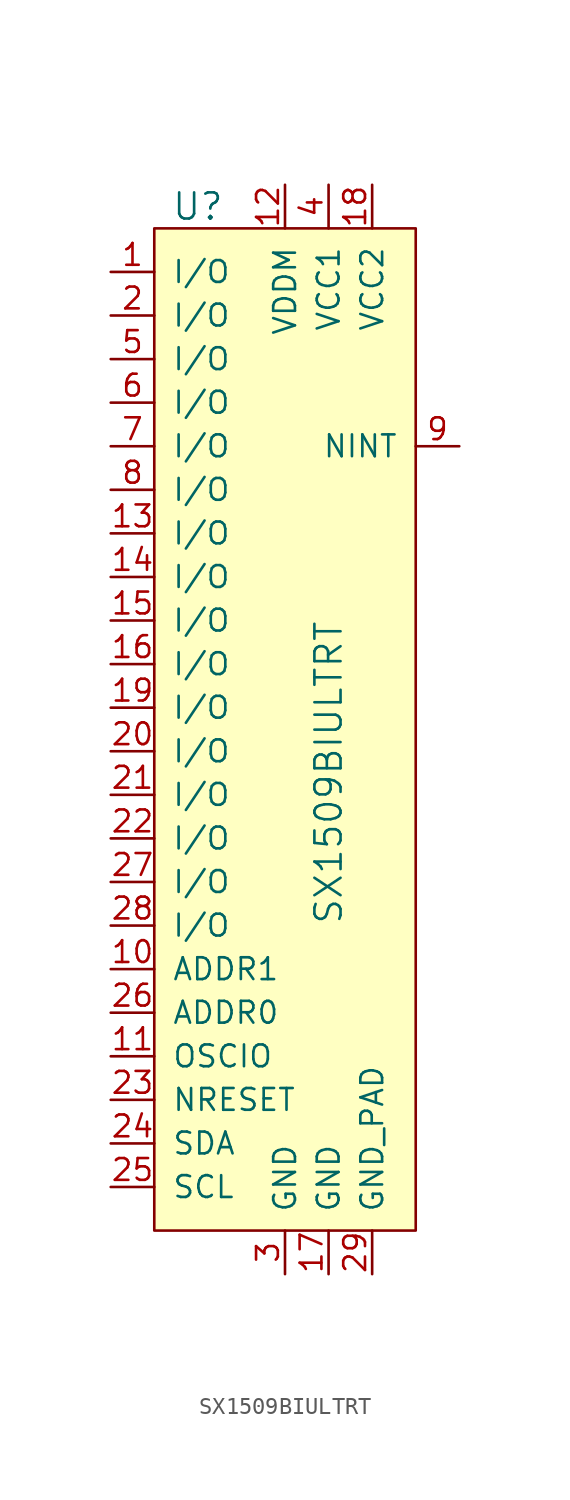
<source format=kicad_sym>
(kicad_symbol_lib
  (version 20211014)
  (generator kicad_symbol_editor)
  (symbol "SX1509BIULTRT"
    (pin_names
      (offset 1.016))
    (property "Reference" "U"
      (at -5.08 21.59 0)
      (effects (font (size 1.524 1.524))))
    (property "Value" "SX1509BIULTRT"
      (at 2.54 -20.32 90)
      (effects (font (size 1.524 1.524)) (justify left)))
    (symbol "SX1509BIULTRT_0_1"
      (rectangle (start -7.62 20.32) (end 7.62 -38.1) (stroke (width 0) (type default) (color 0 0 0 0)) (fill (type background))))
    (symbol "SX1509BIULTRT_1_1"
      (pin bidirectional line (at -10.16 17.78 0) (length 2.54) (name "I/O" (effects (font (size 1.27 1.27)))) (number "1" (effects (font (size 1.27 1.27)))))
      (pin input line (at -10.16 -22.86 0) (length 2.54) (name "ADDR1" (effects (font (size 1.27 1.27)))) (number "10" (effects (font (size 1.27 1.27)))))
      (pin bidirectional line (at -10.16 -27.94 0) (length 2.54) (name "OSCIO" (effects (font (size 1.27 1.27)))) (number "11" (effects (font (size 1.27 1.27)))))
      (pin power_in line (at 0 22.86 270) (length 2.54) (name "VDDM" (effects (font (size 1.27 1.27)))) (number "12" (effects (font (size 1.27 1.27)))))
      (pin bidirectional line (at -10.16 2.54 0) (length 2.54) (name "I/O" (effects (font (size 1.27 1.27)))) (number "13" (effects (font (size 1.27 1.27)))))
      (pin bidirectional line (at -10.16 0 0) (length 2.54) (name "I/O" (effects (font (size 1.27 1.27)))) (number "14" (effects (font (size 1.27 1.27)))))
      (pin bidirectional line (at -10.16 -2.54 0) (length 2.54) (name "I/O" (effects (font (size 1.27 1.27)))) (number "15" (effects (font (size 1.27 1.27)))))
      (pin bidirectional line (at -10.16 -5.08 0) (length 2.54) (name "I/O" (effects (font (size 1.27 1.27)))) (number "16" (effects (font (size 1.27 1.27)))))
      (pin power_in line (at 2.54 -40.64 90) (length 2.54) (name "GND" (effects (font (size 1.27 1.27)))) (number "17" (effects (font (size 1.27 1.27)))))
      (pin power_in line (at 5.08 22.86 270) (length 2.54) (name "VCC2" (effects (font (size 1.27 1.27)))) (number "18" (effects (font (size 1.27 1.27)))))
      (pin bidirectional line (at -10.16 -7.62 0) (length 2.54) (name "I/O" (effects (font (size 1.27 1.27)))) (number "19" (effects (font (size 1.27 1.27)))))
      (pin bidirectional line (at -10.16 15.24 0) (length 2.54) (name "I/O" (effects (font (size 1.27 1.27)))) (number "2" (effects (font (size 1.27 1.27)))))
      (pin bidirectional line (at -10.16 -10.16 0) (length 2.54) (name "I/O" (effects (font (size 1.27 1.27)))) (number "20" (effects (font (size 1.27 1.27)))))
      (pin bidirectional line (at -10.16 -12.7 0) (length 2.54) (name "I/O" (effects (font (size 1.27 1.27)))) (number "21" (effects (font (size 1.27 1.27)))))
      (pin bidirectional line (at -10.16 -15.24 0) (length 2.54) (name "I/O" (effects (font (size 1.27 1.27)))) (number "22" (effects (font (size 1.27 1.27)))))
      (pin input line (at -10.16 -30.48 0) (length 2.54) (name "NRESET" (effects (font (size 1.27 1.27)))) (number "23" (effects (font (size 1.27 1.27)))))
      (pin bidirectional line (at -10.16 -33.02 0) (length 2.54) (name "SDA" (effects (font (size 1.27 1.27)))) (number "24" (effects (font (size 1.27 1.27)))))
      (pin input line (at -10.16 -35.56 0) (length 2.54) (name "SCL" (effects (font (size 1.27 1.27)))) (number "25" (effects (font (size 1.27 1.27)))))
      (pin input line (at -10.16 -25.4 0) (length 2.54) (name "ADDR0" (effects (font (size 1.27 1.27)))) (number "26" (effects (font (size 1.27 1.27)))))
      (pin bidirectional line (at -10.16 -17.78 0) (length 2.54) (name "I/O" (effects (font (size 1.27 1.27)))) (number "27" (effects (font (size 1.27 1.27)))))
      (pin bidirectional line (at -10.16 -20.32 0) (length 2.54) (name "I/O" (effects (font (size 1.27 1.27)))) (number "28" (effects (font (size 1.27 1.27)))))
      (pin power_in line (at 5.08 -40.64 90) (length 2.54) (name "GND_PAD" (effects (font (size 1.27 1.27)))) (number "29" (effects (font (size 1.27 1.27)))))
      (pin power_in line (at 0 -40.64 90) (length 2.54) (name "GND" (effects (font (size 1.27 1.27)))) (number "3" (effects (font (size 1.27 1.27)))))
      (pin power_in line (at 2.54 22.86 270) (length 2.54) (name "VCC1" (effects (font (size 1.27 1.27)))) (number "4" (effects (font (size 1.27 1.27)))))
      (pin bidirectional line (at -10.16 12.7 0) (length 2.54) (name "I/O" (effects (font (size 1.27 1.27)))) (number "5" (effects (font (size 1.27 1.27)))))
      (pin bidirectional line (at -10.16 10.16 0) (length 2.54) (name "I/O" (effects (font (size 1.27 1.27)))) (number "6" (effects (font (size 1.27 1.27)))))
      (pin bidirectional line (at -10.16 7.62 0) (length 2.54) (name "I/O" (effects (font (size 1.27 1.27)))) (number "7" (effects (font (size 1.27 1.27)))))
      (pin bidirectional line (at -10.16 5.08 0) (length 2.54) (name "I/O" (effects (font (size 1.27 1.27)))) (number "8" (effects (font (size 1.27 1.27)))))
      (pin output line (at 10.16 7.62 180) (length 2.54) (name "NINT" (effects (font (size 1.27 1.27)))) (number "9" (effects (font (size 1.27 1.27))))))))
</source>
